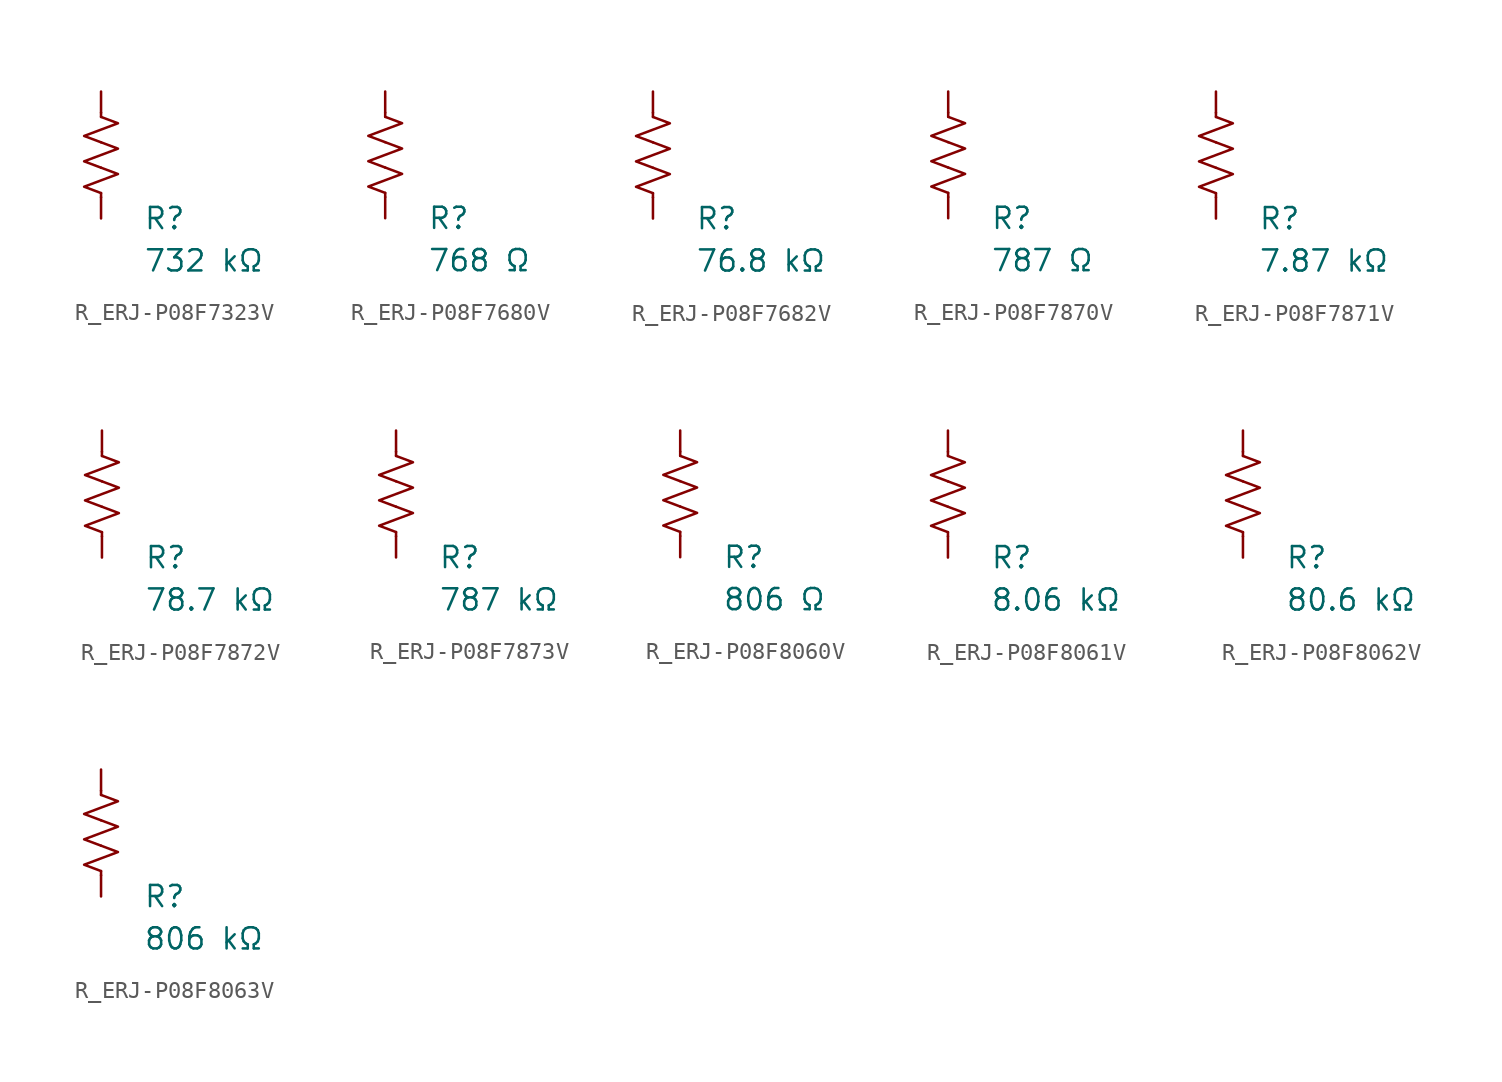
<source format=kicad_sym>
(kicad_symbol_lib
  (version 20231120)
  (generator "kicad_symbol_editor")
  (generator_version "8.0")
  (symbol "R_ERJ-P08F7323V"
    (pin_numbers hide)
    (pin_names
      (offset 0))
    (property "Reference" "R"
      (at 2.54 -3.81 0)
      (effects (font (size 1.27 1.27)) (justify left))
      (show_name no))
    (property "Value" "732 kΩ"
      (at 2.54 -6.35 0)
      (effects (font (size 1.27 1.27)) (justify left))
      (show_name no))
    (symbol "R_ERJ-P08F7323V_0_1"
      (polyline (pts (xy 0 -2.286) (xy 0 -2.54)) (stroke (width 0) (type default)) (fill (type none)))
      (polyline (pts (xy 0 2.286) (xy 0 2.54)) (stroke (width 0) (type default)) (fill (type none)))
      (polyline (pts (xy 0 -0.762) (xy 1.016 -1.143) (xy 0 -1.524) (xy -1.016 -1.905) (xy 0 -2.286)) (stroke (width 0) (type default)) (fill (type none)))
      (polyline (pts (xy 0 0.762) (xy 1.016 0.381) (xy 0 0) (xy -1.016 -0.381) (xy 0 -0.762)) (stroke (width 0) (type default)) (fill (type none)))
      (polyline (pts (xy 0 2.286) (xy 1.016 1.905) (xy 0 1.524) (xy -1.016 1.143) (xy 0 0.762)) (stroke (width 0) (type default)) (fill (type none))))
    (symbol "R_ERJ-P08F7323V_1_1"
      (pin passive line (at 0 3.81 270) (length 1.27) (name "~" (effects (font (size 1.27 1.27)))) (number "1" (effects (font (size 1.27 1.27)))))
      (pin passive line (at 0 -3.81 90) (length 1.27) (name "~" (effects (font (size 1.27 1.27)))) (number "2" (effects (font (size 1.27 1.27)))))))
  (symbol "R_ERJ-P08F7680V"
    (pin_numbers hide)
    (pin_names
      (offset 0))
    (property "Reference" "R"
      (at 2.54 -3.81 0)
      (effects (font (size 1.27 1.27)) (justify left))
      (show_name no))
    (property "Value" "768 Ω"
      (at 2.54 -6.35 0)
      (effects (font (size 1.27 1.27)) (justify left))
      (show_name no))
    (symbol "R_ERJ-P08F7680V_0_1"
      (polyline (pts (xy 0 -2.286) (xy 0 -2.54)) (stroke (width 0) (type default)) (fill (type none)))
      (polyline (pts (xy 0 2.286) (xy 0 2.54)) (stroke (width 0) (type default)) (fill (type none)))
      (polyline (pts (xy 0 -0.762) (xy 1.016 -1.143) (xy 0 -1.524) (xy -1.016 -1.905) (xy 0 -2.286)) (stroke (width 0) (type default)) (fill (type none)))
      (polyline (pts (xy 0 0.762) (xy 1.016 0.381) (xy 0 0) (xy -1.016 -0.381) (xy 0 -0.762)) (stroke (width 0) (type default)) (fill (type none)))
      (polyline (pts (xy 0 2.286) (xy 1.016 1.905) (xy 0 1.524) (xy -1.016 1.143) (xy 0 0.762)) (stroke (width 0) (type default)) (fill (type none))))
    (symbol "R_ERJ-P08F7680V_1_1"
      (pin passive line (at 0 3.81 270) (length 1.27) (name "~" (effects (font (size 1.27 1.27)))) (number "1" (effects (font (size 1.27 1.27)))))
      (pin passive line (at 0 -3.81 90) (length 1.27) (name "~" (effects (font (size 1.27 1.27)))) (number "2" (effects (font (size 1.27 1.27)))))))
  (symbol "R_ERJ-P08F7682V"
    (pin_numbers hide)
    (pin_names
      (offset 0))
    (property "Reference" "R"
      (at 2.54 -3.81 0)
      (effects (font (size 1.27 1.27)) (justify left))
      (show_name no))
    (property "Value" "76.8 kΩ"
      (at 2.54 -6.35 0)
      (effects (font (size 1.27 1.27)) (justify left))
      (show_name no))
    (symbol "R_ERJ-P08F7682V_0_1"
      (polyline (pts (xy 0 -2.286) (xy 0 -2.54)) (stroke (width 0) (type default)) (fill (type none)))
      (polyline (pts (xy 0 2.286) (xy 0 2.54)) (stroke (width 0) (type default)) (fill (type none)))
      (polyline (pts (xy 0 -0.762) (xy 1.016 -1.143) (xy 0 -1.524) (xy -1.016 -1.905) (xy 0 -2.286)) (stroke (width 0) (type default)) (fill (type none)))
      (polyline (pts (xy 0 0.762) (xy 1.016 0.381) (xy 0 0) (xy -1.016 -0.381) (xy 0 -0.762)) (stroke (width 0) (type default)) (fill (type none)))
      (polyline (pts (xy 0 2.286) (xy 1.016 1.905) (xy 0 1.524) (xy -1.016 1.143) (xy 0 0.762)) (stroke (width 0) (type default)) (fill (type none))))
    (symbol "R_ERJ-P08F7682V_1_1"
      (pin passive line (at 0 3.81 270) (length 1.27) (name "~" (effects (font (size 1.27 1.27)))) (number "1" (effects (font (size 1.27 1.27)))))
      (pin passive line (at 0 -3.81 90) (length 1.27) (name "~" (effects (font (size 1.27 1.27)))) (number "2" (effects (font (size 1.27 1.27)))))))
  (symbol "R_ERJ-P08F7870V"
    (pin_numbers hide)
    (pin_names
      (offset 0))
    (property "Reference" "R"
      (at 2.54 -3.81 0)
      (effects (font (size 1.27 1.27)) (justify left))
      (show_name no))
    (property "Value" "787 Ω"
      (at 2.54 -6.35 0)
      (effects (font (size 1.27 1.27)) (justify left))
      (show_name no))
    (symbol "R_ERJ-P08F7870V_0_1"
      (polyline (pts (xy 0 -2.286) (xy 0 -2.54)) (stroke (width 0) (type default)) (fill (type none)))
      (polyline (pts (xy 0 2.286) (xy 0 2.54)) (stroke (width 0) (type default)) (fill (type none)))
      (polyline (pts (xy 0 -0.762) (xy 1.016 -1.143) (xy 0 -1.524) (xy -1.016 -1.905) (xy 0 -2.286)) (stroke (width 0) (type default)) (fill (type none)))
      (polyline (pts (xy 0 0.762) (xy 1.016 0.381) (xy 0 0) (xy -1.016 -0.381) (xy 0 -0.762)) (stroke (width 0) (type default)) (fill (type none)))
      (polyline (pts (xy 0 2.286) (xy 1.016 1.905) (xy 0 1.524) (xy -1.016 1.143) (xy 0 0.762)) (stroke (width 0) (type default)) (fill (type none))))
    (symbol "R_ERJ-P08F7870V_1_1"
      (pin passive line (at 0 3.81 270) (length 1.27) (name "~" (effects (font (size 1.27 1.27)))) (number "1" (effects (font (size 1.27 1.27)))))
      (pin passive line (at 0 -3.81 90) (length 1.27) (name "~" (effects (font (size 1.27 1.27)))) (number "2" (effects (font (size 1.27 1.27)))))))
  (symbol "R_ERJ-P08F7871V"
    (pin_numbers hide)
    (pin_names
      (offset 0))
    (property "Reference" "R"
      (at 2.54 -3.81 0)
      (effects (font (size 1.27 1.27)) (justify left))
      (show_name no))
    (property "Value" "7.87 kΩ"
      (at 2.54 -6.35 0)
      (effects (font (size 1.27 1.27)) (justify left))
      (show_name no))
    (symbol "R_ERJ-P08F7871V_0_1"
      (polyline (pts (xy 0 -2.286) (xy 0 -2.54)) (stroke (width 0) (type default)) (fill (type none)))
      (polyline (pts (xy 0 2.286) (xy 0 2.54)) (stroke (width 0) (type default)) (fill (type none)))
      (polyline (pts (xy 0 -0.762) (xy 1.016 -1.143) (xy 0 -1.524) (xy -1.016 -1.905) (xy 0 -2.286)) (stroke (width 0) (type default)) (fill (type none)))
      (polyline (pts (xy 0 0.762) (xy 1.016 0.381) (xy 0 0) (xy -1.016 -0.381) (xy 0 -0.762)) (stroke (width 0) (type default)) (fill (type none)))
      (polyline (pts (xy 0 2.286) (xy 1.016 1.905) (xy 0 1.524) (xy -1.016 1.143) (xy 0 0.762)) (stroke (width 0) (type default)) (fill (type none))))
    (symbol "R_ERJ-P08F7871V_1_1"
      (pin passive line (at 0 3.81 270) (length 1.27) (name "~" (effects (font (size 1.27 1.27)))) (number "1" (effects (font (size 1.27 1.27)))))
      (pin passive line (at 0 -3.81 90) (length 1.27) (name "~" (effects (font (size 1.27 1.27)))) (number "2" (effects (font (size 1.27 1.27)))))))
  (symbol "R_ERJ-P08F7872V"
    (pin_numbers hide)
    (pin_names
      (offset 0))
    (property "Reference" "R"
      (at 2.54 -3.81 0)
      (effects (font (size 1.27 1.27)) (justify left))
      (show_name no))
    (property "Value" "78.7 kΩ"
      (at 2.54 -6.35 0)
      (effects (font (size 1.27 1.27)) (justify left))
      (show_name no))
    (symbol "R_ERJ-P08F7872V_0_1"
      (polyline (pts (xy 0 -2.286) (xy 0 -2.54)) (stroke (width 0) (type default)) (fill (type none)))
      (polyline (pts (xy 0 2.286) (xy 0 2.54)) (stroke (width 0) (type default)) (fill (type none)))
      (polyline (pts (xy 0 -0.762) (xy 1.016 -1.143) (xy 0 -1.524) (xy -1.016 -1.905) (xy 0 -2.286)) (stroke (width 0) (type default)) (fill (type none)))
      (polyline (pts (xy 0 0.762) (xy 1.016 0.381) (xy 0 0) (xy -1.016 -0.381) (xy 0 -0.762)) (stroke (width 0) (type default)) (fill (type none)))
      (polyline (pts (xy 0 2.286) (xy 1.016 1.905) (xy 0 1.524) (xy -1.016 1.143) (xy 0 0.762)) (stroke (width 0) (type default)) (fill (type none))))
    (symbol "R_ERJ-P08F7872V_1_1"
      (pin passive line (at 0 3.81 270) (length 1.27) (name "~" (effects (font (size 1.27 1.27)))) (number "1" (effects (font (size 1.27 1.27)))))
      (pin passive line (at 0 -3.81 90) (length 1.27) (name "~" (effects (font (size 1.27 1.27)))) (number "2" (effects (font (size 1.27 1.27)))))))
  (symbol "R_ERJ-P08F7873V"
    (pin_numbers hide)
    (pin_names
      (offset 0))
    (property "Reference" "R"
      (at 2.54 -3.81 0)
      (effects (font (size 1.27 1.27)) (justify left))
      (show_name no))
    (property "Value" "787 kΩ"
      (at 2.54 -6.35 0)
      (effects (font (size 1.27 1.27)) (justify left))
      (show_name no))
    (symbol "R_ERJ-P08F7873V_0_1"
      (polyline (pts (xy 0 -2.286) (xy 0 -2.54)) (stroke (width 0) (type default)) (fill (type none)))
      (polyline (pts (xy 0 2.286) (xy 0 2.54)) (stroke (width 0) (type default)) (fill (type none)))
      (polyline (pts (xy 0 -0.762) (xy 1.016 -1.143) (xy 0 -1.524) (xy -1.016 -1.905) (xy 0 -2.286)) (stroke (width 0) (type default)) (fill (type none)))
      (polyline (pts (xy 0 0.762) (xy 1.016 0.381) (xy 0 0) (xy -1.016 -0.381) (xy 0 -0.762)) (stroke (width 0) (type default)) (fill (type none)))
      (polyline (pts (xy 0 2.286) (xy 1.016 1.905) (xy 0 1.524) (xy -1.016 1.143) (xy 0 0.762)) (stroke (width 0) (type default)) (fill (type none))))
    (symbol "R_ERJ-P08F7873V_1_1"
      (pin passive line (at 0 3.81 270) (length 1.27) (name "~" (effects (font (size 1.27 1.27)))) (number "1" (effects (font (size 1.27 1.27)))))
      (pin passive line (at 0 -3.81 90) (length 1.27) (name "~" (effects (font (size 1.27 1.27)))) (number "2" (effects (font (size 1.27 1.27)))))))
  (symbol "R_ERJ-P08F8060V"
    (pin_numbers hide)
    (pin_names
      (offset 0))
    (property "Reference" "R"
      (at 2.54 -3.81 0)
      (effects (font (size 1.27 1.27)) (justify left))
      (show_name no))
    (property "Value" "806 Ω"
      (at 2.54 -6.35 0)
      (effects (font (size 1.27 1.27)) (justify left))
      (show_name no))
    (symbol "R_ERJ-P08F8060V_0_1"
      (polyline (pts (xy 0 -2.286) (xy 0 -2.54)) (stroke (width 0) (type default)) (fill (type none)))
      (polyline (pts (xy 0 2.286) (xy 0 2.54)) (stroke (width 0) (type default)) (fill (type none)))
      (polyline (pts (xy 0 -0.762) (xy 1.016 -1.143) (xy 0 -1.524) (xy -1.016 -1.905) (xy 0 -2.286)) (stroke (width 0) (type default)) (fill (type none)))
      (polyline (pts (xy 0 0.762) (xy 1.016 0.381) (xy 0 0) (xy -1.016 -0.381) (xy 0 -0.762)) (stroke (width 0) (type default)) (fill (type none)))
      (polyline (pts (xy 0 2.286) (xy 1.016 1.905) (xy 0 1.524) (xy -1.016 1.143) (xy 0 0.762)) (stroke (width 0) (type default)) (fill (type none))))
    (symbol "R_ERJ-P08F8060V_1_1"
      (pin passive line (at 0 3.81 270) (length 1.27) (name "~" (effects (font (size 1.27 1.27)))) (number "1" (effects (font (size 1.27 1.27)))))
      (pin passive line (at 0 -3.81 90) (length 1.27) (name "~" (effects (font (size 1.27 1.27)))) (number "2" (effects (font (size 1.27 1.27)))))))
  (symbol "R_ERJ-P08F8061V"
    (pin_numbers hide)
    (pin_names
      (offset 0))
    (property "Reference" "R"
      (at 2.54 -3.81 0)
      (effects (font (size 1.27 1.27)) (justify left))
      (show_name no))
    (property "Value" "8.06 kΩ"
      (at 2.54 -6.35 0)
      (effects (font (size 1.27 1.27)) (justify left))
      (show_name no))
    (symbol "R_ERJ-P08F8061V_0_1"
      (polyline (pts (xy 0 -2.286) (xy 0 -2.54)) (stroke (width 0) (type default)) (fill (type none)))
      (polyline (pts (xy 0 2.286) (xy 0 2.54)) (stroke (width 0) (type default)) (fill (type none)))
      (polyline (pts (xy 0 -0.762) (xy 1.016 -1.143) (xy 0 -1.524) (xy -1.016 -1.905) (xy 0 -2.286)) (stroke (width 0) (type default)) (fill (type none)))
      (polyline (pts (xy 0 0.762) (xy 1.016 0.381) (xy 0 0) (xy -1.016 -0.381) (xy 0 -0.762)) (stroke (width 0) (type default)) (fill (type none)))
      (polyline (pts (xy 0 2.286) (xy 1.016 1.905) (xy 0 1.524) (xy -1.016 1.143) (xy 0 0.762)) (stroke (width 0) (type default)) (fill (type none))))
    (symbol "R_ERJ-P08F8061V_1_1"
      (pin passive line (at 0 3.81 270) (length 1.27) (name "~" (effects (font (size 1.27 1.27)))) (number "1" (effects (font (size 1.27 1.27)))))
      (pin passive line (at 0 -3.81 90) (length 1.27) (name "~" (effects (font (size 1.27 1.27)))) (number "2" (effects (font (size 1.27 1.27)))))))
  (symbol "R_ERJ-P08F8062V"
    (pin_numbers hide)
    (pin_names
      (offset 0))
    (property "Reference" "R"
      (at 2.54 -3.81 0)
      (effects (font (size 1.27 1.27)) (justify left))
      (show_name no))
    (property "Value" "80.6 kΩ"
      (at 2.54 -6.35 0)
      (effects (font (size 1.27 1.27)) (justify left))
      (show_name no))
    (symbol "R_ERJ-P08F8062V_0_1"
      (polyline (pts (xy 0 -2.286) (xy 0 -2.54)) (stroke (width 0) (type default)) (fill (type none)))
      (polyline (pts (xy 0 2.286) (xy 0 2.54)) (stroke (width 0) (type default)) (fill (type none)))
      (polyline (pts (xy 0 -0.762) (xy 1.016 -1.143) (xy 0 -1.524) (xy -1.016 -1.905) (xy 0 -2.286)) (stroke (width 0) (type default)) (fill (type none)))
      (polyline (pts (xy 0 0.762) (xy 1.016 0.381) (xy 0 0) (xy -1.016 -0.381) (xy 0 -0.762)) (stroke (width 0) (type default)) (fill (type none)))
      (polyline (pts (xy 0 2.286) (xy 1.016 1.905) (xy 0 1.524) (xy -1.016 1.143) (xy 0 0.762)) (stroke (width 0) (type default)) (fill (type none))))
    (symbol "R_ERJ-P08F8062V_1_1"
      (pin passive line (at 0 3.81 270) (length 1.27) (name "~" (effects (font (size 1.27 1.27)))) (number "1" (effects (font (size 1.27 1.27)))))
      (pin passive line (at 0 -3.81 90) (length 1.27) (name "~" (effects (font (size 1.27 1.27)))) (number "2" (effects (font (size 1.27 1.27)))))))
  (symbol "R_ERJ-P08F8063V"
    (pin_numbers hide)
    (pin_names
      (offset 0))
    (property "Reference" "R"
      (at 2.54 -3.81 0)
      (effects (font (size 1.27 1.27)) (justify left))
      (show_name no))
    (property "Value" "806 kΩ"
      (at 2.54 -6.35 0)
      (effects (font (size 1.27 1.27)) (justify left))
      (show_name no))
    (symbol "R_ERJ-P08F8063V_0_1"
      (polyline (pts (xy 0 -2.286) (xy 0 -2.54)) (stroke (width 0) (type default)) (fill (type none)))
      (polyline (pts (xy 0 2.286) (xy 0 2.54)) (stroke (width 0) (type default)) (fill (type none)))
      (polyline (pts (xy 0 -0.762) (xy 1.016 -1.143) (xy 0 -1.524) (xy -1.016 -1.905) (xy 0 -2.286)) (stroke (width 0) (type default)) (fill (type none)))
      (polyline (pts (xy 0 0.762) (xy 1.016 0.381) (xy 0 0) (xy -1.016 -0.381) (xy 0 -0.762)) (stroke (width 0) (type default)) (fill (type none)))
      (polyline (pts (xy 0 2.286) (xy 1.016 1.905) (xy 0 1.524) (xy -1.016 1.143) (xy 0 0.762)) (stroke (width 0) (type default)) (fill (type none))))
    (symbol "R_ERJ-P08F8063V_1_1"
      (pin passive line (at 0 3.81 270) (length 1.27) (name "~" (effects (font (size 1.27 1.27)))) (number "1" (effects (font (size 1.27 1.27)))))
      (pin passive line (at 0 -3.81 90) (length 1.27) (name "~" (effects (font (size 1.27 1.27)))) (number "2" (effects (font (size 1.27 1.27))))))))
</source>
